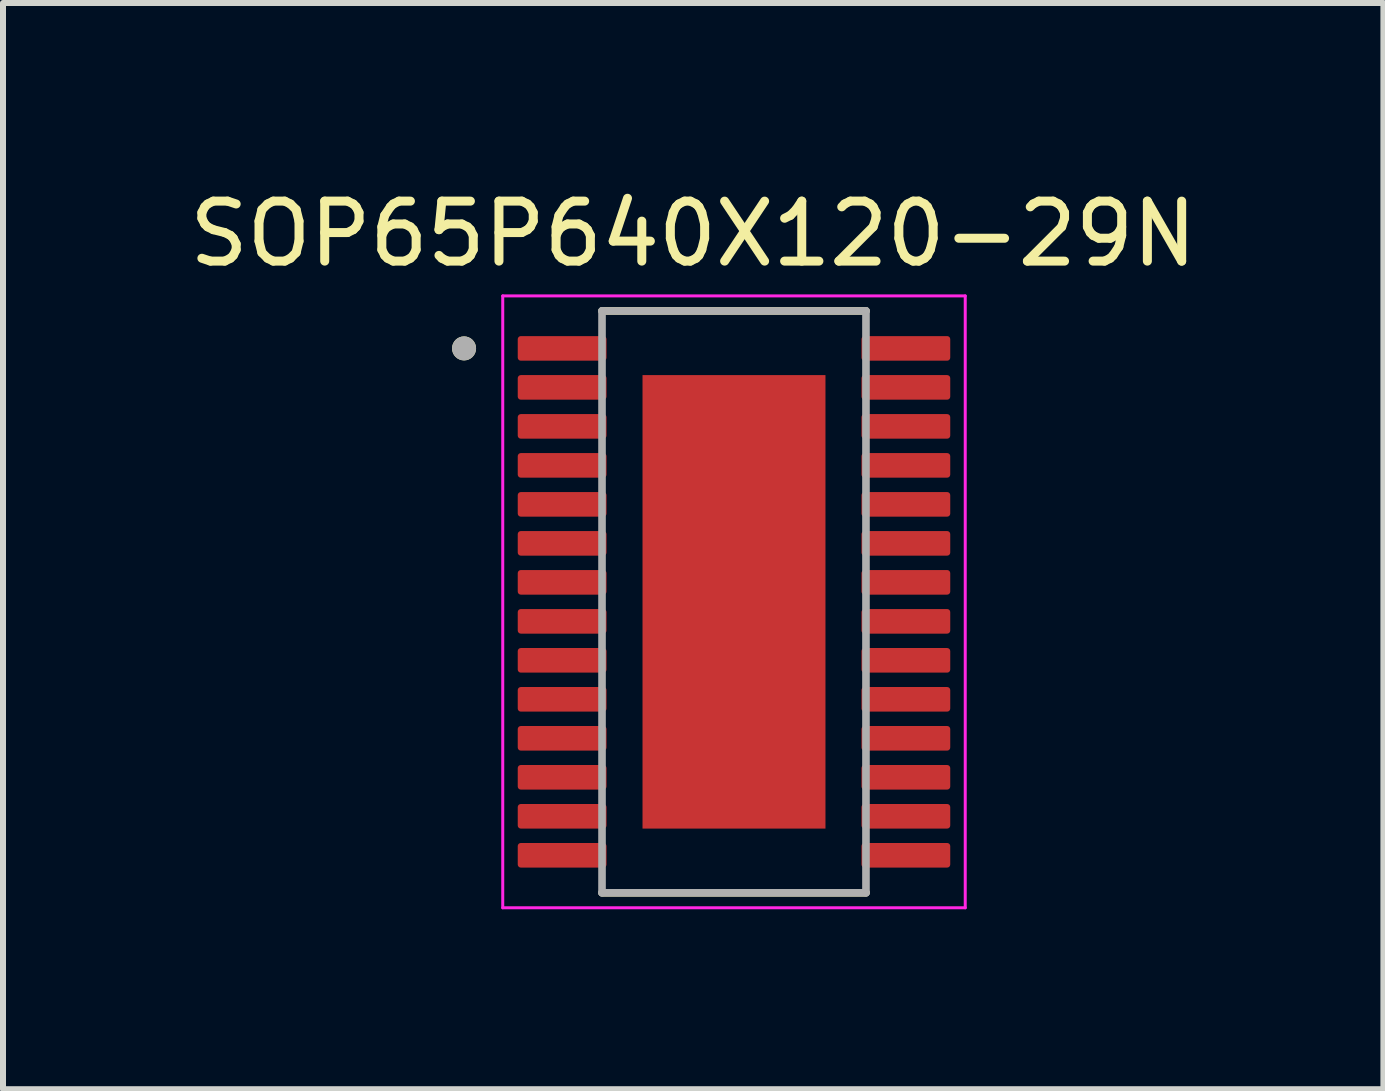
<source format=kicad_pcb>
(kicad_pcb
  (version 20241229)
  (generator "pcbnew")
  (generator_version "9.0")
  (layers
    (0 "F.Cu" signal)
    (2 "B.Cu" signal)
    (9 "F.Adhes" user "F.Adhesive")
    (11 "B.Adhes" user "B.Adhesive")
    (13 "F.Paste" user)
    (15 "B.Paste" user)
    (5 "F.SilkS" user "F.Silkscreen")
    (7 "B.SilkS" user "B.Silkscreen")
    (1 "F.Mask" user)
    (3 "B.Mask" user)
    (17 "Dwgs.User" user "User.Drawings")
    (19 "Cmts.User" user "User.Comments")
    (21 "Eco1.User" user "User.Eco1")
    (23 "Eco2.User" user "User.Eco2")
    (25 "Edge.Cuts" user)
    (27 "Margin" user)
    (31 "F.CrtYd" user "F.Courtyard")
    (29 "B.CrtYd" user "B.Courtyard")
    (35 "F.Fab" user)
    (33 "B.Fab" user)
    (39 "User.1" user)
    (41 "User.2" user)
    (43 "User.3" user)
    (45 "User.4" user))
  (footprint "SOP65P640X120-29N"
    (layer "F.Cu")
    (at 9.186 6.983)
    (property "Reference" "SOP65P640X120-29N" (at -0.68 -6.135 0) (layer "F.SilkS") (effects (font (size 1 1) (thickness 0.15))))
    (attr smd)
    (fp_line (start -2.2 -4.85) (end 2.2 -4.85) (stroke (width 0.127) (type solid)) (layer "F.SilkS"))
    (fp_line (start -2.2 4.85) (end 2.2 4.85) (stroke (width 0.127) (type solid)) (layer "F.SilkS"))
    (fp_circle (center -4.5 -4.225) (end -4.4 -4.225) (stroke (width 0.2) (type solid)) (fill no) (layer "F.SilkS"))
    (fp_poly (pts (xy -0.765 -3.59) (xy 0.765 -3.59) (xy 0.765 -2.08) (xy -0.765 -2.08)) (stroke (width 0.01) (type solid)) (fill yes) (layer "F.Paste"))
    (fp_poly (pts (xy -0.765 -1.7) (xy 0.765 -1.7) (xy 0.765 -0.19) (xy -0.765 -0.19)) (stroke (width 0.01) (type solid)) (fill yes) (layer "F.Paste"))
    (fp_poly (pts (xy -0.765 0.19) (xy 0.765 0.19) (xy 0.765 1.7) (xy -0.765 1.7)) (stroke (width 0.01) (type solid)) (fill yes) (layer "F.Paste"))
    (fp_poly (pts (xy -0.765 2.08) (xy 0.765 2.08) (xy 0.765 3.59) (xy -0.765 3.59)) (stroke (width 0.01) (type solid)) (fill yes) (layer "F.Paste"))
    (fp_line (start -3.855 -5.1) (end -3.855 5.1) (stroke (width 0.05) (type solid)) (layer "F.CrtYd"))
    (fp_line (start -3.855 -5.1) (end 3.855 -5.1) (stroke (width 0.05) (type solid)) (layer "F.CrtYd"))
    (fp_line (start -3.855 5.1) (end 3.855 5.1) (stroke (width 0.05) (type solid)) (layer "F.CrtYd"))
    (fp_line (start 3.855 -5.1) (end 3.855 5.1) (stroke (width 0.05) (type solid)) (layer "F.CrtYd"))
    (fp_line (start -2.2 -4.85) (end -2.2 4.85) (stroke (width 0.127) (type solid)) (layer "F.Fab"))
    (fp_line (start -2.2 -4.85) (end 2.2 -4.85) (stroke (width 0.127) (type solid)) (layer "F.Fab"))
    (fp_line (start -2.2 4.85) (end 2.2 4.85) (stroke (width 0.127) (type solid)) (layer "F.Fab"))
    (fp_line (start 2.2 -4.85) (end 2.2 4.85) (stroke (width 0.127) (type solid)) (layer "F.Fab"))
    (fp_circle (center -4.5 -4.225) (end -4.4 -4.225) (stroke (width 0.2) (type solid)) (fill no) (layer "F.Fab"))
    (pad "1" smd roundrect (at -2.865 -4.225) (size 1.48 0.41) (layers "F.Cu" "F.Mask" "F.Paste") (roundrect_rratio 0.125))
    (pad "2" smd roundrect (at -2.865 -3.575) (size 1.48 0.41) (layers "F.Cu" "F.Mask" "F.Paste") (roundrect_rratio 0.125))
    (pad "3" smd roundrect (at -2.865 -2.925) (size 1.48 0.41) (layers "F.Cu" "F.Mask" "F.Paste") (roundrect_rratio 0.125))
    (pad "4" smd roundrect (at -2.865 -2.275) (size 1.48 0.41) (layers "F.Cu" "F.Mask" "F.Paste") (roundrect_rratio 0.125))
    (pad "5" smd roundrect (at -2.865 -1.625) (size 1.48 0.41) (layers "F.Cu" "F.Mask" "F.Paste") (roundrect_rratio 0.125))
    (pad "6" smd roundrect (at -2.865 -0.975) (size 1.48 0.41) (layers "F.Cu" "F.Mask" "F.Paste") (roundrect_rratio 0.125))
    (pad "7" smd roundrect (at -2.865 -0.325) (size 1.48 0.41) (layers "F.Cu" "F.Mask" "F.Paste") (roundrect_rratio 0.125))
    (pad "8" smd roundrect (at -2.865 0.325) (size 1.48 0.41) (layers "F.Cu" "F.Mask" "F.Paste") (roundrect_rratio 0.125))
    (pad "9" smd roundrect (at -2.865 0.975) (size 1.48 0.41) (layers "F.Cu" "F.Mask" "F.Paste") (roundrect_rratio 0.125))
    (pad "10" smd roundrect (at -2.865 1.625) (size 1.48 0.41) (layers "F.Cu" "F.Mask" "F.Paste") (roundrect_rratio 0.125))
    (pad "11" smd roundrect (at -2.865 2.275) (size 1.48 0.41) (layers "F.Cu" "F.Mask" "F.Paste") (roundrect_rratio 0.125))
    (pad "12" smd roundrect (at -2.865 2.925) (size 1.48 0.41) (layers "F.Cu" "F.Mask" "F.Paste") (roundrect_rratio 0.125))
    (pad "13" smd roundrect (at -2.865 3.575) (size 1.48 0.41) (layers "F.Cu" "F.Mask" "F.Paste") (roundrect_rratio 0.125))
    (pad "14" smd roundrect (at -2.865 4.225) (size 1.48 0.41) (layers "F.Cu" "F.Mask" "F.Paste") (roundrect_rratio 0.125))
    (pad "15" smd roundrect (at 2.865 4.225) (size 1.48 0.41) (layers "F.Cu" "F.Mask" "F.Paste") (roundrect_rratio 0.125))
    (pad "16" smd roundrect (at 2.865 3.575) (size 1.48 0.41) (layers "F.Cu" "F.Mask" "F.Paste") (roundrect_rratio 0.125))
    (pad "17" smd roundrect (at 2.865 2.925) (size 1.48 0.41) (layers "F.Cu" "F.Mask" "F.Paste") (roundrect_rratio 0.125))
    (pad "18" smd roundrect (at 2.865 2.275) (size 1.48 0.41) (layers "F.Cu" "F.Mask" "F.Paste") (roundrect_rratio 0.125))
    (pad "19" smd roundrect (at 2.865 1.625) (size 1.48 0.41) (layers "F.Cu" "F.Mask" "F.Paste") (roundrect_rratio 0.125))
    (pad "20" smd roundrect (at 2.865 0.975) (size 1.48 0.41) (layers "F.Cu" "F.Mask" "F.Paste") (roundrect_rratio 0.125))
    (pad "21" smd roundrect (at 2.865 0.325) (size 1.48 0.41) (layers "F.Cu" "F.Mask" "F.Paste") (roundrect_rratio 0.125))
    (pad "22" smd roundrect (at 2.865 -0.325) (size 1.48 0.41) (layers "F.Cu" "F.Mask" "F.Paste") (roundrect_rratio 0.125))
    (pad "23" smd roundrect (at 2.865 -0.975) (size 1.48 0.41) (layers "F.Cu" "F.Mask" "F.Paste") (roundrect_rratio 0.125))
    (pad "24" smd roundrect (at 2.865 -1.625) (size 1.48 0.41) (layers "F.Cu" "F.Mask" "F.Paste") (roundrect_rratio 0.125))
    (pad "25" smd roundrect (at 2.865 -2.275) (size 1.48 0.41) (layers "F.Cu" "F.Mask" "F.Paste") (roundrect_rratio 0.125))
    (pad "26" smd roundrect (at 2.865 -2.925) (size 1.48 0.41) (layers "F.Cu" "F.Mask" "F.Paste") (roundrect_rratio 0.125))
    (pad "27" smd roundrect (at 2.865 -3.575) (size 1.48 0.41) (layers "F.Cu" "F.Mask" "F.Paste") (roundrect_rratio 0.125))
    (pad "28" smd roundrect (at 2.865 -4.225) (size 1.48 0.41) (layers "F.Cu" "F.Mask" "F.Paste") (roundrect_rratio 0.125))
    (pad "29" smd rect (at 0 0) (size 3.05 7.56) (layers "F.Cu" "F.Mask")))
  (gr_rect
    (start -3 -3)
    (end 20.012 15.108)
    (stroke (width 0.1) (type default))
    (fill no)
    (layer "Edge.Cuts")))
</source>
